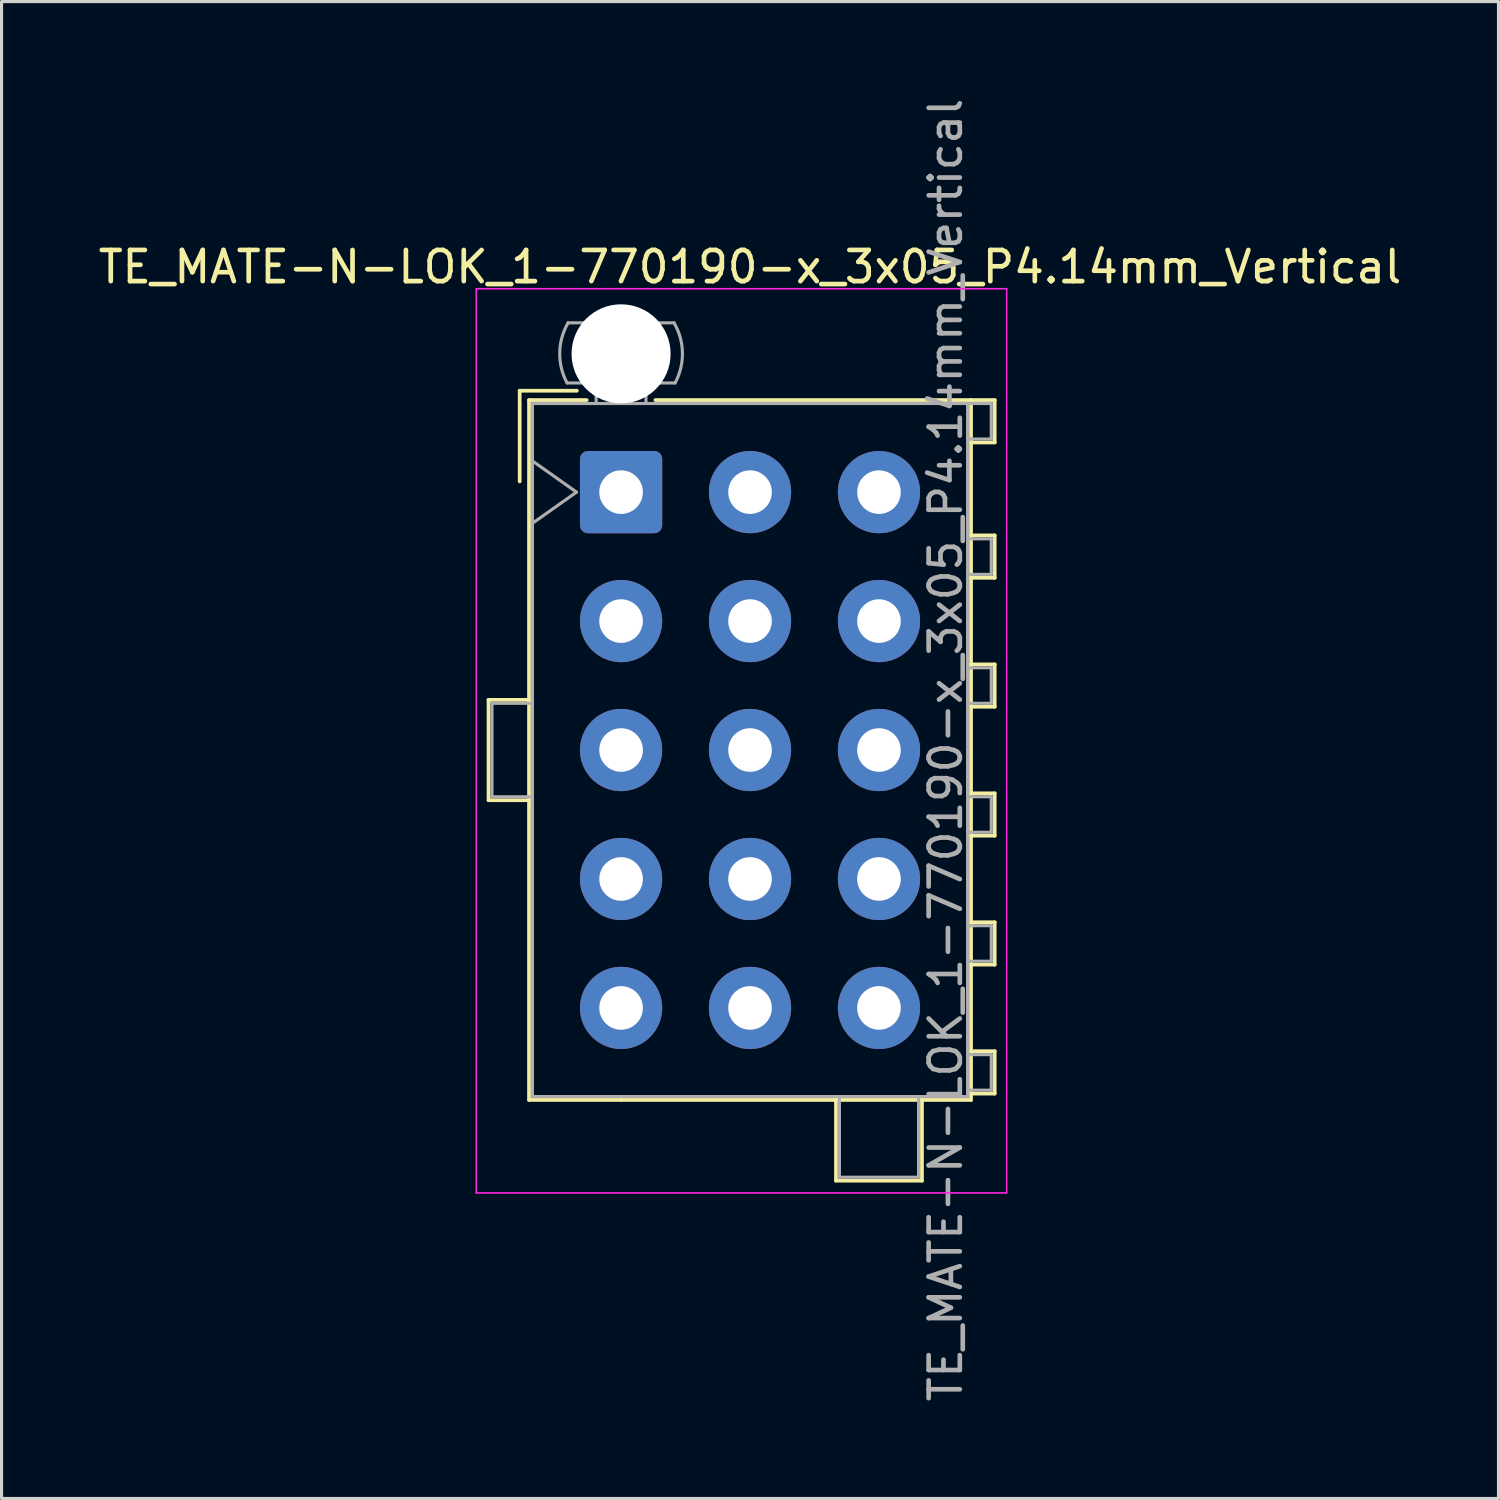
<source format=kicad_pcb>
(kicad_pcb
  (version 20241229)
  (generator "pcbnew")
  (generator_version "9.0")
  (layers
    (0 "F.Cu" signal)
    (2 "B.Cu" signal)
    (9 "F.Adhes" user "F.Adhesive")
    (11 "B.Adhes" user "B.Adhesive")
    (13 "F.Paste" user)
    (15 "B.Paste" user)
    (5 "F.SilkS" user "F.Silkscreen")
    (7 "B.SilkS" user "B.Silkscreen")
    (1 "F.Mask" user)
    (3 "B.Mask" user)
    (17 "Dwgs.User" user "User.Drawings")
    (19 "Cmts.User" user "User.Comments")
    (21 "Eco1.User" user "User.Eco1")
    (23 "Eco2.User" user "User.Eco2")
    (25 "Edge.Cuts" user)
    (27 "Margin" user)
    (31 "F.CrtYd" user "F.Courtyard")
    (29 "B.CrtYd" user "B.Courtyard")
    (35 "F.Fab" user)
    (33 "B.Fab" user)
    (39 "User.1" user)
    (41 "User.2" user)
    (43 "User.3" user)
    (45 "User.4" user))
  (footprint "TE_MATE-N-LOK_1-770190-x_3x05_P4.14mm_Vertical"
    (layer "F.Cu")
    (at 16.89 12.75)
    (property "Reference" "TE_MATE-N-LOK_1-770190-x_3x05_P4.14mm_Vertical" (at 4.14 -7.23 0) (layer "F.SilkS") (effects (font (size 1 1) (thickness 0.15))))
    (attr through_hole)
    (fp_line (start -4.255 6.67) (end -4.255 9.89) (stroke (width 0.12) (type solid)) (layer "F.SilkS"))
    (fp_line (start -4.255 9.89) (end -2.955 9.89) (stroke (width 0.12) (type solid)) (layer "F.SilkS"))
    (fp_line (start -3.255 -3.255) (end -3.255 -0.345) (stroke (width 0.12) (type solid)) (layer "F.SilkS"))
    (fp_line (start -2.955 -2.955) (end -2.955 19.515) (stroke (width 0.12) (type solid)) (layer "F.SilkS"))
    (fp_line (start -2.955 6.67) (end -4.255 6.67) (stroke (width 0.12) (type solid)) (layer "F.SilkS"))
    (fp_line (start -2.955 19.515) (end 0 19.515) (stroke (width 0.12) (type solid)) (layer "F.SilkS"))
    (fp_line (start -1.421 -3.255) (end -3.255 -3.255) (stroke (width 0.12) (type solid)) (layer "F.SilkS"))
    (fp_line (start -1.103 -2.955) (end -2.955 -2.955) (stroke (width 0.12) (type solid)) (layer "F.SilkS"))
    (fp_line (start 1.103 -2.955) (end 11.235 -2.955) (stroke (width 0.12) (type solid)) (layer "F.SilkS"))
    (fp_line (start 6.9 19.515) (end 6.9 22.106) (stroke (width 0.12) (type solid)) (layer "F.SilkS"))
    (fp_line (start 6.9 22.106) (end 9.66 22.106) (stroke (width 0.12) (type solid)) (layer "F.SilkS"))
    (fp_line (start 9.66 22.106) (end 9.66 19.515) (stroke (width 0.12) (type solid)) (layer "F.SilkS"))
    (fp_line (start 11.235 -2.955) (end 11.235 19.515) (stroke (width 0.12) (type solid)) (layer "F.SilkS"))
    (fp_line (start 11.235 -2.955) (end 11.995 -2.955) (stroke (width 0.12) (type solid)) (layer "F.SilkS"))
    (fp_line (start 11.235 1.39) (end 11.995 1.39) (stroke (width 0.12) (type solid)) (layer "F.SilkS"))
    (fp_line (start 11.235 5.53) (end 11.995 5.53) (stroke (width 0.12) (type solid)) (layer "F.SilkS"))
    (fp_line (start 11.235 9.67) (end 11.995 9.67) (stroke (width 0.12) (type solid)) (layer "F.SilkS"))
    (fp_line (start 11.235 13.81) (end 11.995 13.81) (stroke (width 0.12) (type solid)) (layer "F.SilkS"))
    (fp_line (start 11.235 17.95) (end 11.995 17.95) (stroke (width 0.12) (type solid)) (layer "F.SilkS"))
    (fp_line (start 11.235 19.515) (end 0 19.515) (stroke (width 0.12) (type solid)) (layer "F.SilkS"))
    (fp_line (start 11.995 -2.955) (end 11.995 -1.595) (stroke (width 0.12) (type solid)) (layer "F.SilkS"))
    (fp_line (start 11.995 -1.595) (end 11.235 -1.595) (stroke (width 0.12) (type solid)) (layer "F.SilkS"))
    (fp_line (start 11.995 1.39) (end 11.995 2.75) (stroke (width 0.12) (type solid)) (layer "F.SilkS"))
    (fp_line (start 11.995 2.75) (end 11.235 2.75) (stroke (width 0.12) (type solid)) (layer "F.SilkS"))
    (fp_line (start 11.995 5.53) (end 11.995 6.89) (stroke (width 0.12) (type solid)) (layer "F.SilkS"))
    (fp_line (start 11.995 6.89) (end 11.235 6.89) (stroke (width 0.12) (type solid)) (layer "F.SilkS"))
    (fp_line (start 11.995 9.67) (end 11.995 11.03) (stroke (width 0.12) (type solid)) (layer "F.SilkS"))
    (fp_line (start 11.995 11.03) (end 11.235 11.03) (stroke (width 0.12) (type solid)) (layer "F.SilkS"))
    (fp_line (start 11.995 13.81) (end 11.995 15.17) (stroke (width 0.12) (type solid)) (layer "F.SilkS"))
    (fp_line (start 11.995 15.17) (end 11.235 15.17) (stroke (width 0.12) (type solid)) (layer "F.SilkS"))
    (fp_line (start 11.995 17.95) (end 11.995 19.31) (stroke (width 0.12) (type solid)) (layer "F.SilkS"))
    (fp_line (start 11.995 19.31) (end 11.235 19.31) (stroke (width 0.12) (type solid)) (layer "F.SilkS"))
    (fp_line (start -4.65 -6.53) (end -4.65 22.5) (stroke (width 0.05) (type solid)) (layer "F.CrtYd"))
    (fp_line (start -4.65 22.5) (end 12.38 22.5) (stroke (width 0.05) (type solid)) (layer "F.CrtYd"))
    (fp_line (start 12.38 -6.53) (end -4.65 -6.53) (stroke (width 0.05) (type solid)) (layer "F.CrtYd"))
    (fp_line (start 12.38 22.5) (end 12.38 -6.53) (stroke (width 0.05) (type solid)) (layer "F.CrtYd"))
    (fp_line (start -4.145 6.78) (end -4.145 9.78) (stroke (width 0.1) (type solid)) (layer "F.Fab"))
    (fp_line (start -4.145 9.78) (end -2.845 9.78) (stroke (width 0.1) (type solid)) (layer "F.Fab"))
    (fp_line (start -2.845 -2.845) (end -2.845 19.405) (stroke (width 0.1) (type solid)) (layer "F.Fab"))
    (fp_line (start -2.845 -1) (end -1.431 0) (stroke (width 0.1) (type solid)) (layer "F.Fab"))
    (fp_line (start -2.845 6.78) (end -4.145 6.78) (stroke (width 0.1) (type solid)) (layer "F.Fab"))
    (fp_line (start -2.845 19.405) (end 11.125 19.405) (stroke (width 0.1) (type solid)) (layer "F.Fab"))
    (fp_line (start -1.431 0) (end -2.845 1) (stroke (width 0.1) (type solid)) (layer "F.Fab"))
    (fp_line (start -0.8 -2.845) (end -0.8 -3.505) (stroke (width 0.1) (type solid)) (layer "F.Fab"))
    (fp_line (start 0.8 -2.845) (end 0.8 -3.505) (stroke (width 0.1) (type solid)) (layer "F.Fab"))
    (fp_line (start 1.7 -5.436) (end -1.7 -5.436) (stroke (width 0.1) (type solid)) (layer "F.Fab"))
    (fp_line (start 1.734 -3.505) (end -1.734 -3.505) (stroke (width 0.1) (type solid)) (layer "F.Fab"))
    (fp_line (start 7.01 19.405) (end 7.01 21.996) (stroke (width 0.1) (type solid)) (layer "F.Fab"))
    (fp_line (start 7.01 21.996) (end 9.55 21.996) (stroke (width 0.1) (type solid)) (layer "F.Fab"))
    (fp_line (start 9.55 21.996) (end 9.55 19.405) (stroke (width 0.1) (type solid)) (layer "F.Fab"))
    (fp_line (start 11.125 -2.845) (end -2.845 -2.845) (stroke (width 0.1) (type solid)) (layer "F.Fab"))
    (fp_line (start 11.125 -2.845) (end 11.885 -2.845) (stroke (width 0.1) (type solid)) (layer "F.Fab"))
    (fp_line (start 11.125 1.5) (end 11.885 1.5) (stroke (width 0.1) (type solid)) (layer "F.Fab"))
    (fp_line (start 11.125 5.64) (end 11.885 5.64) (stroke (width 0.1) (type solid)) (layer "F.Fab"))
    (fp_line (start 11.125 9.78) (end 11.885 9.78) (stroke (width 0.1) (type solid)) (layer "F.Fab"))
    (fp_line (start 11.125 13.92) (end 11.885 13.92) (stroke (width 0.1) (type solid)) (layer "F.Fab"))
    (fp_line (start 11.125 18.06) (end 11.885 18.06) (stroke (width 0.1) (type solid)) (layer "F.Fab"))
    (fp_line (start 11.125 19.405) (end 11.125 -2.845) (stroke (width 0.1) (type solid)) (layer "F.Fab"))
    (fp_line (start 11.885 -2.845) (end 11.885 -1.705) (stroke (width 0.1) (type solid)) (layer "F.Fab"))
    (fp_line (start 11.885 -1.705) (end 11.125 -1.705) (stroke (width 0.1) (type solid)) (layer "F.Fab"))
    (fp_line (start 11.885 1.5) (end 11.885 2.64) (stroke (width 0.1) (type solid)) (layer "F.Fab"))
    (fp_line (start 11.885 2.64) (end 11.125 2.64) (stroke (width 0.1) (type solid)) (layer "F.Fab"))
    (fp_line (start 11.885 5.64) (end 11.885 6.78) (stroke (width 0.1) (type solid)) (layer "F.Fab"))
    (fp_line (start 11.885 6.78) (end 11.125 6.78) (stroke (width 0.1) (type solid)) (layer "F.Fab"))
    (fp_line (start 11.885 9.78) (end 11.885 10.92) (stroke (width 0.1) (type solid)) (layer "F.Fab"))
    (fp_line (start 11.885 10.92) (end 11.125 10.92) (stroke (width 0.1) (type solid)) (layer "F.Fab"))
    (fp_line (start 11.885 13.92) (end 11.885 15.06) (stroke (width 0.1) (type solid)) (layer "F.Fab"))
    (fp_line (start 11.885 15.06) (end 11.125 15.06) (stroke (width 0.1) (type solid)) (layer "F.Fab"))
    (fp_line (start 11.885 18.06) (end 11.885 19.2) (stroke (width 0.1) (type solid)) (layer "F.Fab"))
    (fp_line (start 11.885 19.2) (end 11.125 19.2) (stroke (width 0.1) (type solid)) (layer "F.Fab"))
    (fp_arc (start -1.733977 -3.505) (mid -1.96969 -4.474992) (end -1.699672 -5.436) (stroke (width 0.1) (type solid)) (layer "F.Fab"))
    (fp_arc (start 1.699672 -5.436) (mid 1.969689 -4.474992) (end 1.733977 -3.505) (stroke (width 0.1) (type solid)) (layer "F.Fab"))
    (fp_text user "${REFERENCE}" (at 10.42 8.28 90) (layer "F.Fab") (effects (font (size 1 1) (thickness 0.15))))
    (pad "" np_thru_hole circle (at 0 -4.44) (size 3.18 3.18) (drill 3.18) (layers "*.Cu" "*.Mask"))
    (pad "1" thru_hole roundrect (at 0 0) (size 2.64 2.64) (drill 1.4) (layers "*.Cu" "*.Mask") (roundrect_rratio 0.095))
    (pad "2" thru_hole circle (at 0 4.14) (size 2.64 2.64) (drill 1.4) (layers "*.Cu" "*.Mask"))
    (pad "3" thru_hole circle (at 0 8.28) (size 2.64 2.64) (drill 1.4) (layers "*.Cu" "*.Mask"))
    (pad "4" thru_hole circle (at 0 12.42) (size 2.64 2.64) (drill 1.4) (layers "*.Cu" "*.Mask"))
    (pad "5" thru_hole circle (at 0 16.56) (size 2.64 2.64) (drill 1.4) (layers "*.Cu" "*.Mask"))
    (pad "6" thru_hole circle (at 4.14 0) (size 2.64 2.64) (drill 1.4) (layers "*.Cu" "*.Mask"))
    (pad "7" thru_hole circle (at 4.14 4.14) (size 2.64 2.64) (drill 1.4) (layers "*.Cu" "*.Mask"))
    (pad "8" thru_hole circle (at 4.14 8.28) (size 2.64 2.64) (drill 1.4) (layers "*.Cu" "*.Mask"))
    (pad "9" thru_hole circle (at 4.14 12.42) (size 2.64 2.64) (drill 1.4) (layers "*.Cu" "*.Mask"))
    (pad "10" thru_hole circle (at 4.14 16.56) (size 2.64 2.64) (drill 1.4) (layers "*.Cu" "*.Mask"))
    (pad "11" thru_hole circle (at 8.28 0) (size 2.64 2.64) (drill 1.4) (layers "*.Cu" "*.Mask"))
    (pad "12" thru_hole circle (at 8.28 4.14) (size 2.64 2.64) (drill 1.4) (layers "*.Cu" "*.Mask"))
    (pad "13" thru_hole circle (at 8.28 8.28) (size 2.64 2.64) (drill 1.4) (layers "*.Cu" "*.Mask"))
    (pad "14" thru_hole circle (at 8.28 12.42) (size 2.64 2.64) (drill 1.4) (layers "*.Cu" "*.Mask"))
    (pad "15" thru_hole circle (at 8.28 16.56) (size 2.64 2.64) (drill 1.4) (layers "*.Cu" "*.Mask")))
  (gr_rect
    (start -3 -3)
    (end 45.06 45.06)
    (stroke (width 0.1) (type default))
    (fill no)
    (layer "Edge.Cuts")))
</source>
